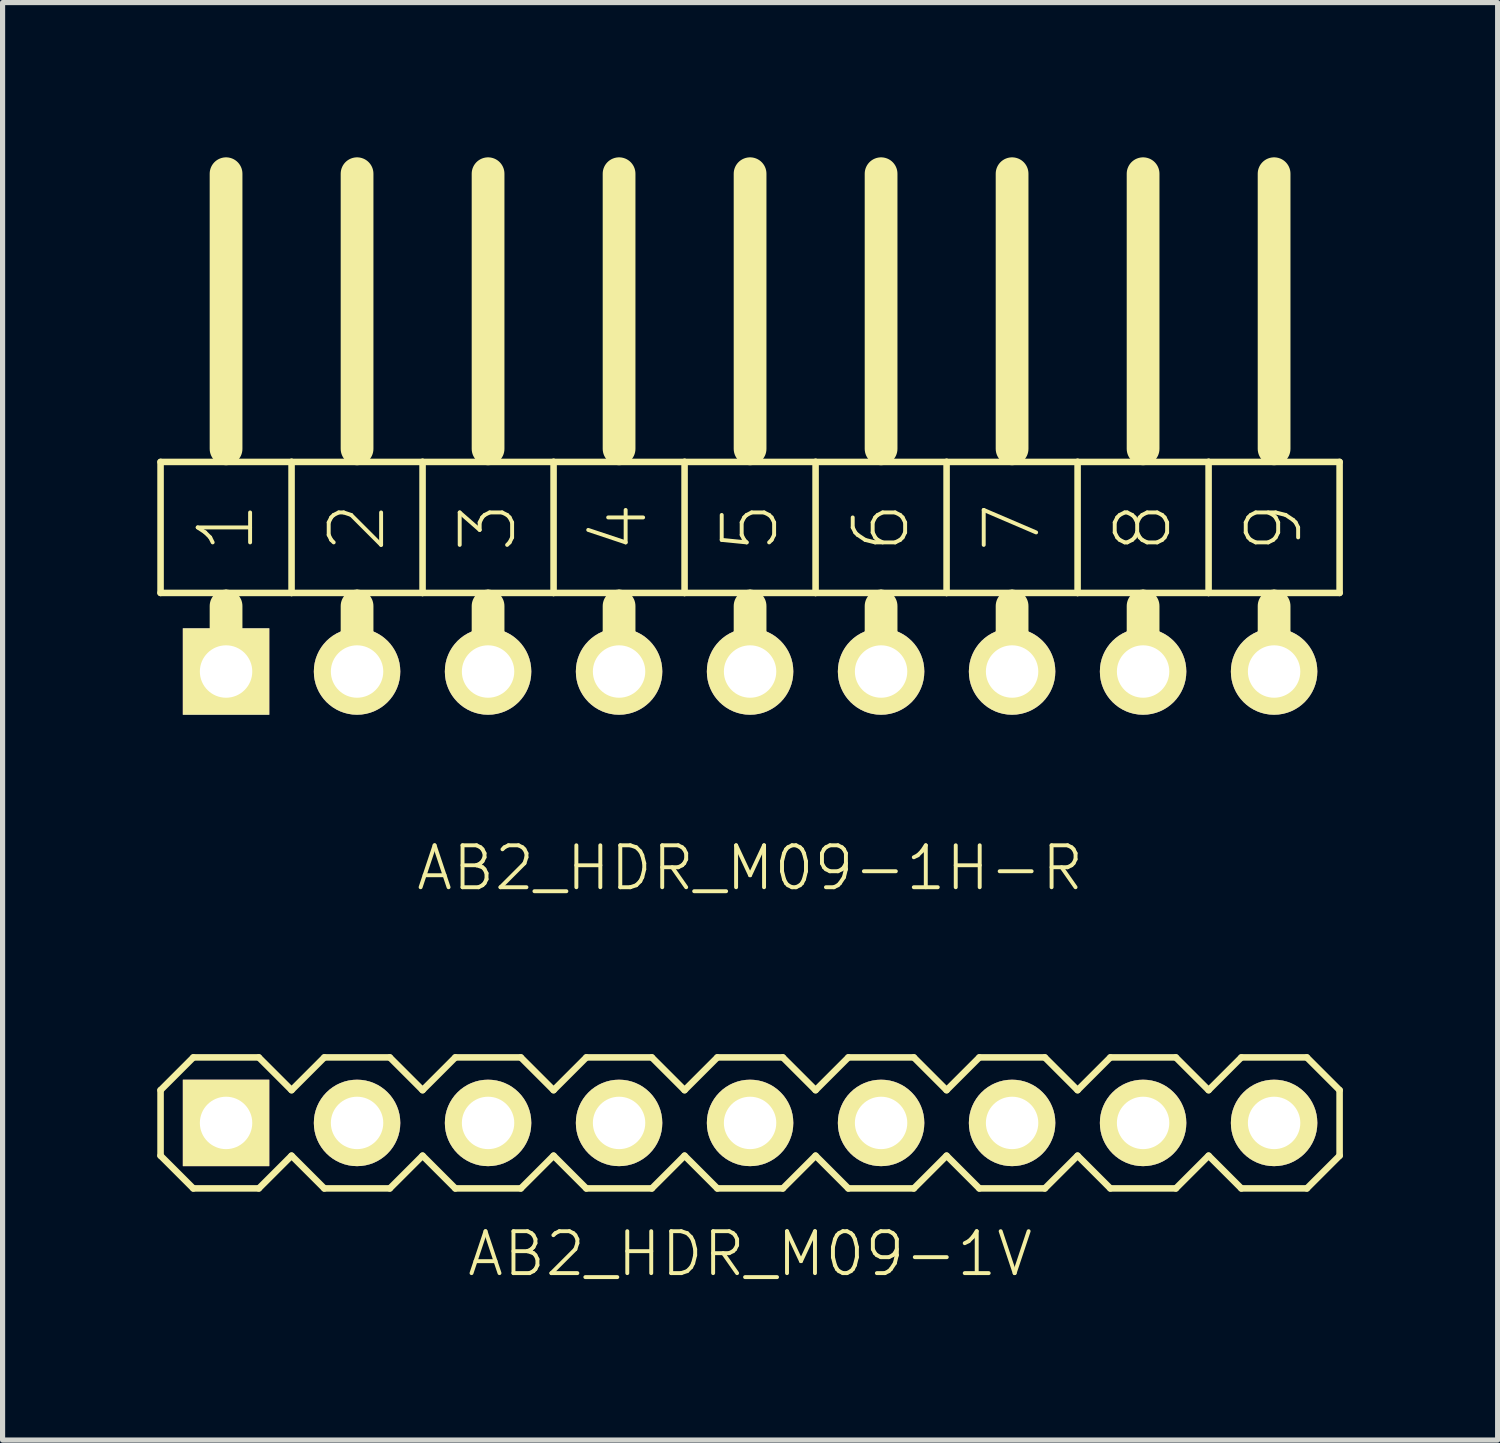
<source format=kicad_pcb>
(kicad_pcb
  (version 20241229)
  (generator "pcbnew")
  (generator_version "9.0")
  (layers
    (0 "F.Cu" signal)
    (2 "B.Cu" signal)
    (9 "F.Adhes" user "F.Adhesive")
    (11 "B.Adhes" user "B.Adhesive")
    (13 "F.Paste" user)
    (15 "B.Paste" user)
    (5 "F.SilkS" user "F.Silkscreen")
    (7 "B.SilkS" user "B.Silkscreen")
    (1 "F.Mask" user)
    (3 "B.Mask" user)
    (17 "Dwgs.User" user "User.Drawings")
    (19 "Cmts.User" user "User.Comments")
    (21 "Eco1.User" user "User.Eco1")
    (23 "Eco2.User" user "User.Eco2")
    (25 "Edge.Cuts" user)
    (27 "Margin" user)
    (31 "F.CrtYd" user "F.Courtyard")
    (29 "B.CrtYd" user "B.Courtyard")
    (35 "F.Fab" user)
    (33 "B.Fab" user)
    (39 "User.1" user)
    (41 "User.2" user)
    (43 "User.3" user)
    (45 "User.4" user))
  (footprint "AB2_HDR_M09-1V"
    (layer "F.Cu")
    (at 11.493 18.722)
    (property "Reference" "AB2_HDR_M09-1V" (at 0 2.54 0) (layer "F.SilkS") (effects (font (size 0.813 0.813) (thickness 0.076))))
    (attr through_hole)
    (fp_line (start -11.43 -0.635) (end -10.795 -1.27) (stroke (width 0.127) (type solid)) (layer "F.SilkS"))
    (fp_line (start -11.43 0.635) (end -11.43 -0.635) (stroke (width 0.127) (type solid)) (layer "F.SilkS"))
    (fp_line (start -10.795 -1.27) (end -9.525 -1.27) (stroke (width 0.127) (type solid)) (layer "F.SilkS"))
    (fp_line (start -10.795 1.27) (end -11.43 0.635) (stroke (width 0.127) (type solid)) (layer "F.SilkS"))
    (fp_line (start -9.525 -1.27) (end -8.89 -0.635) (stroke (width 0.127) (type solid)) (layer "F.SilkS"))
    (fp_line (start -9.525 1.27) (end -10.795 1.27) (stroke (width 0.127) (type solid)) (layer "F.SilkS"))
    (fp_line (start -8.89 -0.635) (end -8.255 -1.27) (stroke (width 0.127) (type solid)) (layer "F.SilkS"))
    (fp_line (start -8.89 0.635) (end -9.525 1.27) (stroke (width 0.127) (type solid)) (layer "F.SilkS"))
    (fp_line (start -8.255 -1.27) (end -6.985 -1.27) (stroke (width 0.127) (type solid)) (layer "F.SilkS"))
    (fp_line (start -8.255 1.27) (end -8.89 0.635) (stroke (width 0.127) (type solid)) (layer "F.SilkS"))
    (fp_line (start -6.985 -1.27) (end -6.35 -0.635) (stroke (width 0.127) (type solid)) (layer "F.SilkS"))
    (fp_line (start -6.985 1.27) (end -8.255 1.27) (stroke (width 0.127) (type solid)) (layer "F.SilkS"))
    (fp_line (start -6.35 -0.635) (end -5.715 -1.27) (stroke (width 0.127) (type solid)) (layer "F.SilkS"))
    (fp_line (start -6.35 0.635) (end -6.985 1.27) (stroke (width 0.127) (type solid)) (layer "F.SilkS"))
    (fp_line (start -5.715 -1.27) (end -4.445 -1.27) (stroke (width 0.127) (type solid)) (layer "F.SilkS"))
    (fp_line (start -5.715 1.27) (end -6.35 0.635) (stroke (width 0.127) (type solid)) (layer "F.SilkS"))
    (fp_line (start -4.445 -1.27) (end -3.81 -0.635) (stroke (width 0.127) (type solid)) (layer "F.SilkS"))
    (fp_line (start -4.445 1.27) (end -5.715 1.27) (stroke (width 0.127) (type solid)) (layer "F.SilkS"))
    (fp_line (start -3.81 -0.635) (end -3.175 -1.27) (stroke (width 0.127) (type solid)) (layer "F.SilkS"))
    (fp_line (start -3.81 0.635) (end -4.445 1.27) (stroke (width 0.127) (type solid)) (layer "F.SilkS"))
    (fp_line (start -3.175 -1.27) (end -1.905 -1.27) (stroke (width 0.127) (type solid)) (layer "F.SilkS"))
    (fp_line (start -3.175 1.27) (end -3.81 0.635) (stroke (width 0.127) (type solid)) (layer "F.SilkS"))
    (fp_line (start -1.905 -1.27) (end -1.27 -0.635) (stroke (width 0.127) (type solid)) (layer "F.SilkS"))
    (fp_line (start -1.905 1.27) (end -3.175 1.27) (stroke (width 0.127) (type solid)) (layer "F.SilkS"))
    (fp_line (start -1.27 -0.635) (end -0.635 -1.27) (stroke (width 0.127) (type solid)) (layer "F.SilkS"))
    (fp_line (start -1.27 0.635) (end -1.905 1.27) (stroke (width 0.127) (type solid)) (layer "F.SilkS"))
    (fp_line (start -0.635 -1.27) (end 0.635 -1.27) (stroke (width 0.127) (type solid)) (layer "F.SilkS"))
    (fp_line (start -0.635 1.27) (end -1.27 0.635) (stroke (width 0.127) (type solid)) (layer "F.SilkS"))
    (fp_line (start 0.635 -1.27) (end 1.27 -0.635) (stroke (width 0.127) (type solid)) (layer "F.SilkS"))
    (fp_line (start 0.635 1.27) (end -0.635 1.27) (stroke (width 0.127) (type solid)) (layer "F.SilkS"))
    (fp_line (start 1.27 -0.635) (end 1.905 -1.27) (stroke (width 0.127) (type solid)) (layer "F.SilkS"))
    (fp_line (start 1.27 0.635) (end 0.635 1.27) (stroke (width 0.127) (type solid)) (layer "F.SilkS"))
    (fp_line (start 1.905 -1.27) (end 3.175 -1.27) (stroke (width 0.127) (type solid)) (layer "F.SilkS"))
    (fp_line (start 1.905 1.27) (end 1.27 0.635) (stroke (width 0.127) (type solid)) (layer "F.SilkS"))
    (fp_line (start 3.175 -1.27) (end 3.81 -0.635) (stroke (width 0.127) (type solid)) (layer "F.SilkS"))
    (fp_line (start 3.175 1.27) (end 1.905 1.27) (stroke (width 0.127) (type solid)) (layer "F.SilkS"))
    (fp_line (start 3.81 -0.635) (end 4.445 -1.27) (stroke (width 0.127) (type solid)) (layer "F.SilkS"))
    (fp_line (start 3.81 0.635) (end 3.175 1.27) (stroke (width 0.127) (type solid)) (layer "F.SilkS"))
    (fp_line (start 4.445 -1.27) (end 5.715 -1.27) (stroke (width 0.127) (type solid)) (layer "F.SilkS"))
    (fp_line (start 4.445 1.27) (end 3.81 0.635) (stroke (width 0.127) (type solid)) (layer "F.SilkS"))
    (fp_line (start 5.715 -1.27) (end 6.35 -0.635) (stroke (width 0.127) (type solid)) (layer "F.SilkS"))
    (fp_line (start 5.715 1.27) (end 4.445 1.27) (stroke (width 0.127) (type solid)) (layer "F.SilkS"))
    (fp_line (start 6.35 -0.635) (end 6.985 -1.27) (stroke (width 0.127) (type solid)) (layer "F.SilkS"))
    (fp_line (start 6.35 0.635) (end 5.715 1.27) (stroke (width 0.127) (type solid)) (layer "F.SilkS"))
    (fp_line (start 6.985 -1.27) (end 8.255 -1.27) (stroke (width 0.127) (type solid)) (layer "F.SilkS"))
    (fp_line (start 6.985 1.27) (end 6.35 0.635) (stroke (width 0.127) (type solid)) (layer "F.SilkS"))
    (fp_line (start 8.255 -1.27) (end 8.89 -0.635) (stroke (width 0.127) (type solid)) (layer "F.SilkS"))
    (fp_line (start 8.255 1.27) (end 6.985 1.27) (stroke (width 0.127) (type solid)) (layer "F.SilkS"))
    (fp_line (start 8.89 -0.635) (end 9.525 -1.27) (stroke (width 0.127) (type solid)) (layer "F.SilkS"))
    (fp_line (start 8.89 0.635) (end 8.255 1.27) (stroke (width 0.127) (type solid)) (layer "F.SilkS"))
    (fp_line (start 9.525 -1.27) (end 10.795 -1.27) (stroke (width 0.127) (type solid)) (layer "F.SilkS"))
    (fp_line (start 9.525 1.27) (end 8.89 0.635) (stroke (width 0.127) (type solid)) (layer "F.SilkS"))
    (fp_line (start 10.795 -1.27) (end 11.43 -0.635) (stroke (width 0.127) (type solid)) (layer "F.SilkS"))
    (fp_line (start 10.795 1.27) (end 9.525 1.27) (stroke (width 0.127) (type solid)) (layer "F.SilkS"))
    (fp_line (start 11.43 -0.635) (end 11.43 0.635) (stroke (width 0.127) (type solid)) (layer "F.SilkS"))
    (fp_line (start 11.43 0.635) (end 10.795 1.27) (stroke (width 0.127) (type solid)) (layer "F.SilkS"))
    (pad "1" thru_hole rect (at -10.16 0) (size 1.676 1.676) (drill 1.016) (layers "*.Cu" "*.Mask" "F.SilkS"))
    (pad "2" thru_hole circle (at -7.62 0) (size 1.676 1.676) (drill 1.016) (layers "*.Cu" "*.Mask" "F.SilkS"))
    (pad "3" thru_hole circle (at -5.08 0) (size 1.676 1.676) (drill 1.016) (layers "*.Cu" "*.Mask" "F.SilkS"))
    (pad "4" thru_hole circle (at -2.54 0) (size 1.676 1.676) (drill 1.016) (layers "*.Cu" "*.Mask" "F.SilkS"))
    (pad "5" thru_hole circle (at 0 0) (size 1.676 1.676) (drill 1.016) (layers "*.Cu" "*.Mask" "F.SilkS"))
    (pad "6" thru_hole circle (at 2.54 0) (size 1.676 1.676) (drill 1.016) (layers "*.Cu" "*.Mask" "F.SilkS"))
    (pad "7" thru_hole circle (at 5.08 0) (size 1.676 1.676) (drill 1.016) (layers "*.Cu" "*.Mask" "F.SilkS"))
    (pad "8" thru_hole circle (at 7.62 0) (size 1.676 1.676) (drill 1.016) (layers "*.Cu" "*.Mask" "F.SilkS"))
    (pad "9" thru_hole circle (at 10.16 0) (size 1.676 1.676) (drill 1.016) (layers "*.Cu" "*.Mask" "F.SilkS")))
  (footprint "AB2_HDR_M09-1H-R"
    (layer "F.Cu")
    (at 11.493 9.97)
    (property "Reference" "AB2_HDR_M09-1H-R" (at 0 3.81 0) (layer "F.SilkS") (effects (font (size 0.813 0.813) (thickness 0.076))))
    (attr through_hole)
    (fp_line (start -11.43 -4.064) (end -11.43 -1.524) (stroke (width 0.127) (type solid)) (layer "F.SilkS"))
    (fp_line (start -11.43 -1.524) (end -10.16 -1.524) (stroke (width 0.127) (type solid)) (layer "F.SilkS"))
    (fp_line (start -10.16 -4.318) (end -10.16 -9.652) (stroke (width 0.635) (type solid)) (layer "F.SilkS"))
    (fp_line (start -10.16 -1.524) (end -8.89 -1.524) (stroke (width 0.127) (type solid)) (layer "F.SilkS"))
    (fp_line (start -10.16 -1.27) (end -10.16 0) (stroke (width 0.635) (type solid)) (layer "F.SilkS"))
    (fp_line (start -8.89 -4.064) (end -11.43 -4.064) (stroke (width 0.127) (type solid)) (layer "F.SilkS"))
    (fp_line (start -8.89 -1.524) (end -8.89 -4.064) (stroke (width 0.127) (type solid)) (layer "F.SilkS"))
    (fp_line (start -8.89 -1.524) (end -7.62 -1.524) (stroke (width 0.127) (type solid)) (layer "F.SilkS"))
    (fp_line (start -7.62 -4.318) (end -7.62 -9.652) (stroke (width 0.635) (type solid)) (layer "F.SilkS"))
    (fp_line (start -7.62 -1.524) (end -6.35 -1.524) (stroke (width 0.127) (type solid)) (layer "F.SilkS"))
    (fp_line (start -7.62 -1.27) (end -7.62 0) (stroke (width 0.635) (type solid)) (layer "F.SilkS"))
    (fp_line (start -6.35 -4.064) (end -8.89 -4.064) (stroke (width 0.127) (type solid)) (layer "F.SilkS"))
    (fp_line (start -6.35 -1.524) (end -6.35 -4.064) (stroke (width 0.127) (type solid)) (layer "F.SilkS"))
    (fp_line (start -6.35 -1.524) (end -5.08 -1.524) (stroke (width 0.127) (type solid)) (layer "F.SilkS"))
    (fp_line (start -5.08 -4.318) (end -5.08 -9.652) (stroke (width 0.635) (type solid)) (layer "F.SilkS"))
    (fp_line (start -5.08 -1.524) (end -3.81 -1.524) (stroke (width 0.127) (type solid)) (layer "F.SilkS"))
    (fp_line (start -5.08 -1.27) (end -5.08 0) (stroke (width 0.635) (type solid)) (layer "F.SilkS"))
    (fp_line (start -3.81 -4.064) (end -6.35 -4.064) (stroke (width 0.127) (type solid)) (layer "F.SilkS"))
    (fp_line (start -3.81 -1.524) (end -3.81 -4.064) (stroke (width 0.127) (type solid)) (layer "F.SilkS"))
    (fp_line (start -3.81 -1.524) (end -2.54 -1.524) (stroke (width 0.127) (type solid)) (layer "F.SilkS"))
    (fp_line (start -2.54 -4.318) (end -2.54 -9.652) (stroke (width 0.635) (type solid)) (layer "F.SilkS"))
    (fp_line (start -2.54 -1.524) (end -1.27 -1.524) (stroke (width 0.127) (type solid)) (layer "F.SilkS"))
    (fp_line (start -2.54 -1.27) (end -2.54 0) (stroke (width 0.635) (type solid)) (layer "F.SilkS"))
    (fp_line (start -1.27 -4.064) (end -3.81 -4.064) (stroke (width 0.127) (type solid)) (layer "F.SilkS"))
    (fp_line (start -1.27 -1.524) (end -1.27 -4.064) (stroke (width 0.127) (type solid)) (layer "F.SilkS"))
    (fp_line (start -1.27 -1.524) (end 0 -1.524) (stroke (width 0.127) (type solid)) (layer "F.SilkS"))
    (fp_line (start 0 -4.318) (end 0 -9.652) (stroke (width 0.635) (type solid)) (layer "F.SilkS"))
    (fp_line (start 0 -1.524) (end 1.27 -1.524) (stroke (width 0.127) (type solid)) (layer "F.SilkS"))
    (fp_line (start 0 -1.27) (end 0 0) (stroke (width 0.635) (type solid)) (layer "F.SilkS"))
    (fp_line (start 1.27 -4.064) (end -1.27 -4.064) (stroke (width 0.127) (type solid)) (layer "F.SilkS"))
    (fp_line (start 1.27 -1.524) (end 1.27 -4.064) (stroke (width 0.127) (type solid)) (layer "F.SilkS"))
    (fp_line (start 1.27 -1.524) (end 2.54 -1.524) (stroke (width 0.127) (type solid)) (layer "F.SilkS"))
    (fp_line (start 2.54 -4.318) (end 2.54 -9.652) (stroke (width 0.635) (type solid)) (layer "F.SilkS"))
    (fp_line (start 2.54 -1.524) (end 3.81 -1.524) (stroke (width 0.127) (type solid)) (layer "F.SilkS"))
    (fp_line (start 2.54 -1.27) (end 2.54 0) (stroke (width 0.635) (type solid)) (layer "F.SilkS"))
    (fp_line (start 3.81 -4.064) (end 1.27 -4.064) (stroke (width 0.127) (type solid)) (layer "F.SilkS"))
    (fp_line (start 3.81 -1.524) (end 3.81 -4.064) (stroke (width 0.127) (type solid)) (layer "F.SilkS"))
    (fp_line (start 3.81 -1.524) (end 5.08 -1.524) (stroke (width 0.127) (type solid)) (layer "F.SilkS"))
    (fp_line (start 5.08 -4.318) (end 5.08 -9.652) (stroke (width 0.635) (type solid)) (layer "F.SilkS"))
    (fp_line (start 5.08 -1.524) (end 6.35 -1.524) (stroke (width 0.127) (type solid)) (layer "F.SilkS"))
    (fp_line (start 5.08 -1.27) (end 5.08 0) (stroke (width 0.635) (type solid)) (layer "F.SilkS"))
    (fp_line (start 6.35 -4.064) (end 3.81 -4.064) (stroke (width 0.127) (type solid)) (layer "F.SilkS"))
    (fp_line (start 6.35 -1.524) (end 6.35 -4.064) (stroke (width 0.127) (type solid)) (layer "F.SilkS"))
    (fp_line (start 6.35 -1.524) (end 7.62 -1.524) (stroke (width 0.127) (type solid)) (layer "F.SilkS"))
    (fp_line (start 7.62 -4.318) (end 7.62 -9.652) (stroke (width 0.635) (type solid)) (layer "F.SilkS"))
    (fp_line (start 7.62 -1.524) (end 8.89 -1.524) (stroke (width 0.127) (type solid)) (layer "F.SilkS"))
    (fp_line (start 7.62 -1.27) (end 7.62 0) (stroke (width 0.635) (type solid)) (layer "F.SilkS"))
    (fp_line (start 8.89 -4.064) (end 6.35 -4.064) (stroke (width 0.127) (type solid)) (layer "F.SilkS"))
    (fp_line (start 8.89 -1.524) (end 8.89 -4.064) (stroke (width 0.127) (type solid)) (layer "F.SilkS"))
    (fp_line (start 8.89 -1.524) (end 10.16 -1.524) (stroke (width 0.127) (type solid)) (layer "F.SilkS"))
    (fp_line (start 10.16 -4.318) (end 10.16 -9.652) (stroke (width 0.635) (type solid)) (layer "F.SilkS"))
    (fp_line (start 10.16 -1.524) (end 11.43 -1.524) (stroke (width 0.127) (type solid)) (layer "F.SilkS"))
    (fp_line (start 10.16 -1.27) (end 10.16 0) (stroke (width 0.635) (type solid)) (layer "F.SilkS"))
    (fp_line (start 11.43 -4.064) (end 8.89 -4.064) (stroke (width 0.127) (type solid)) (layer "F.SilkS"))
    (fp_line (start 11.43 -1.524) (end 11.43 -4.064) (stroke (width 0.127) (type solid)) (layer "F.SilkS"))
    (fp_text user "8" (at 7.62 -2.794 90) (layer "F.SilkS") (effects (font (size 1.016 1.016) (thickness 0.076))))
    (fp_text user "1" (at -10.16 -2.794 270) (layer "F.SilkS") (effects (font (size 1.016 1.016) (thickness 0.076))))
    (fp_text user "5" (at 0 -2.794 90) (layer "F.SilkS") (effects (font (size 1.016 1.016) (thickness 0.076))))
    (fp_text user "6" (at 2.54 -2.794 90) (layer "F.SilkS") (effects (font (size 1.016 1.016) (thickness 0.076))))
    (fp_text user "9" (at 10.16 -2.794 90) (layer "F.SilkS") (effects (font (size 1.016 1.016) (thickness 0.076))))
    (fp_text user "3" (at -5.08 -2.794 90) (layer "F.SilkS") (effects (font (size 1.016 1.016) (thickness 0.076))))
    (fp_text user "7" (at 5.08 -2.794 90) (layer "F.SilkS") (effects (font (size 1.016 1.016) (thickness 0.076))))
    (fp_text user "2" (at -7.62 -2.794 90) (layer "F.SilkS") (effects (font (size 1.016 1.016) (thickness 0.076))))
    (fp_text user "4" (at -2.54 -2.794 90) (layer "F.SilkS") (effects (font (size 1.016 1.016) (thickness 0.076))))
    (pad "1" thru_hole rect (at -10.16 0) (size 1.676 1.676) (drill 1.016) (layers "*.Cu" "*.Mask" "F.SilkS"))
    (pad "2" thru_hole circle (at -7.62 0) (size 1.676 1.676) (drill 1.016) (layers "*.Cu" "*.Mask" "F.SilkS"))
    (pad "3" thru_hole circle (at -5.08 0) (size 1.676 1.676) (drill 1.016) (layers "*.Cu" "*.Mask" "F.SilkS"))
    (pad "4" thru_hole circle (at -2.54 0) (size 1.676 1.676) (drill 1.016) (layers "*.Cu" "*.Mask" "F.SilkS"))
    (pad "5" thru_hole circle (at 0 0) (size 1.676 1.676) (drill 1.016) (layers "*.Cu" "*.Mask" "F.SilkS"))
    (pad "6" thru_hole circle (at 2.54 0) (size 1.676 1.676) (drill 1.016) (layers "*.Cu" "*.Mask" "F.SilkS"))
    (pad "7" thru_hole circle (at 5.08 0) (size 1.676 1.676) (drill 1.016) (layers "*.Cu" "*.Mask" "F.SilkS"))
    (pad "8" thru_hole circle (at 7.62 0) (size 1.676 1.676) (drill 1.016) (layers "*.Cu" "*.Mask" "F.SilkS"))
    (pad "9" thru_hole circle (at 10.16 0) (size 1.676 1.676) (drill 1.016) (layers "*.Cu" "*.Mask" "F.SilkS")))
  (gr_rect
    (start -3 -3)
    (end 25.987 24.871)
    (stroke (width 0.1) (type default))
    (fill no)
    (layer "Edge.Cuts")))
</source>
